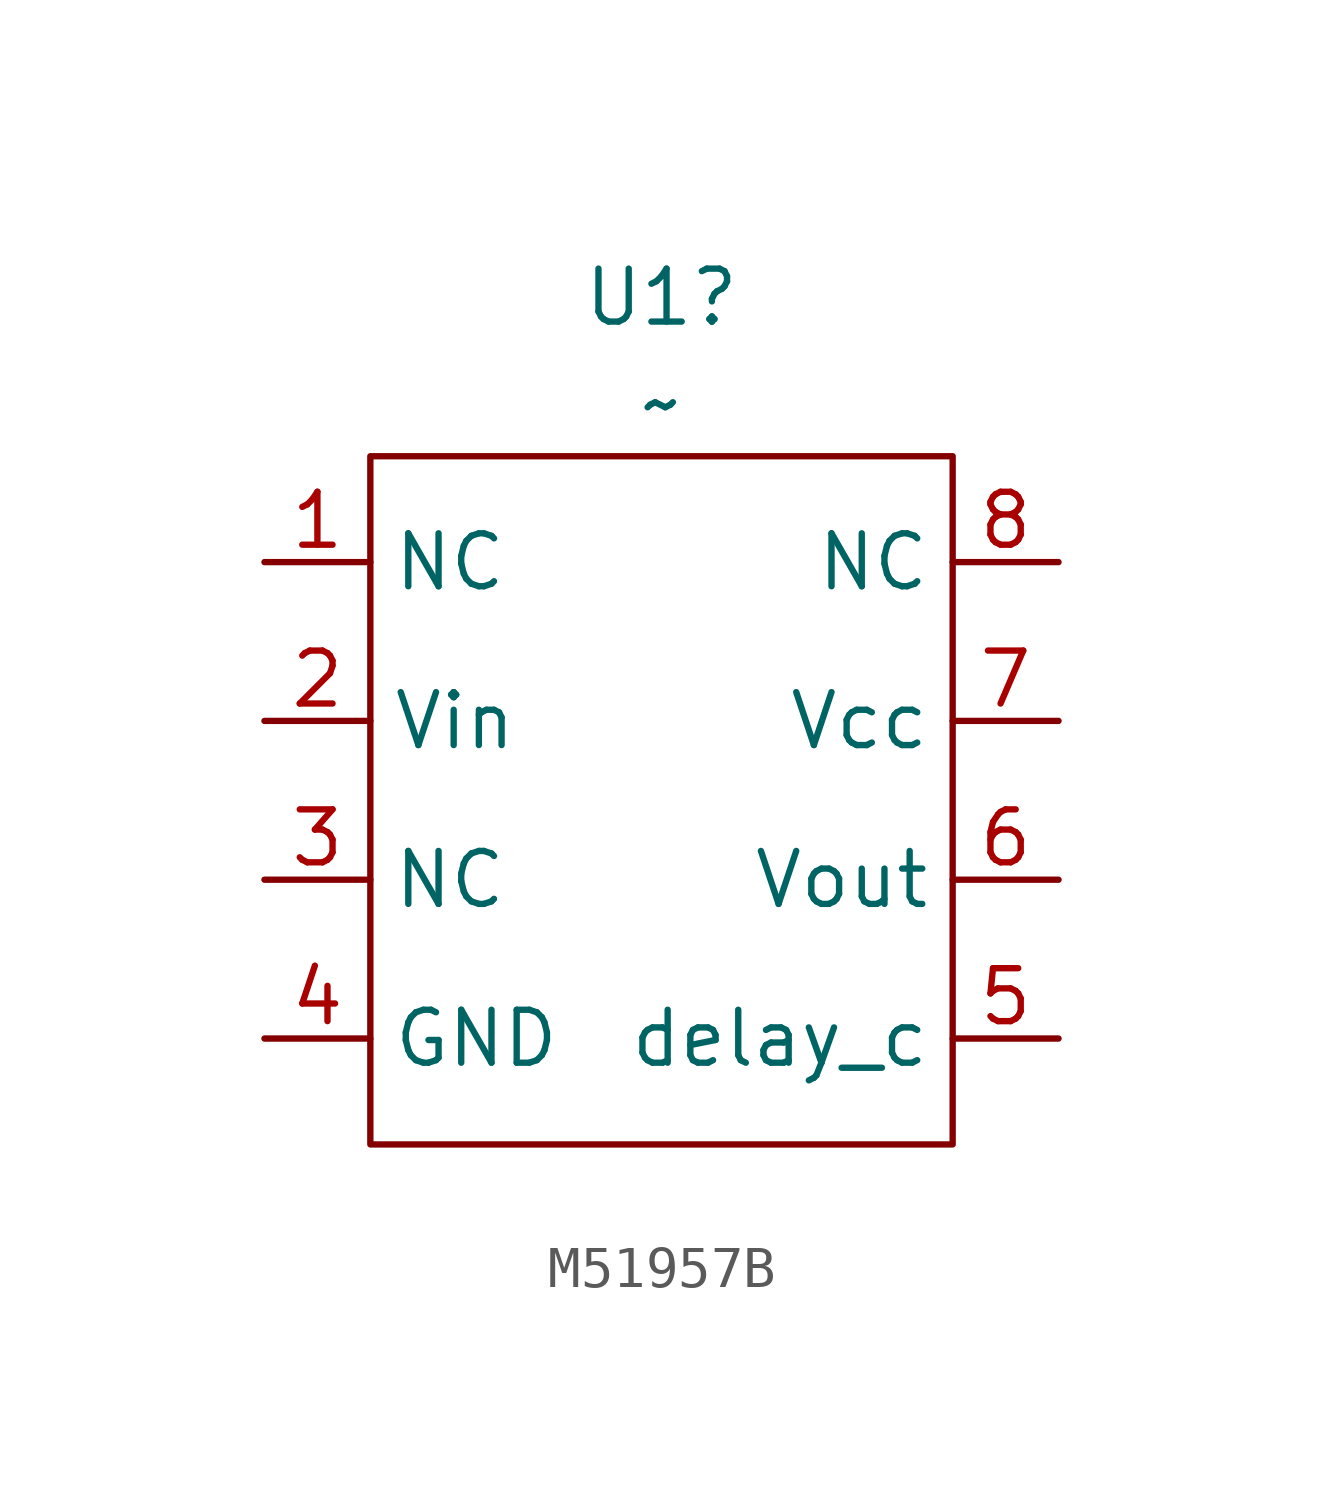
<source format=kicad_sym>
(kicad_symbol_lib
  (version 20231120)
  (generator "kicad_symbol_editor")
  (generator_version "8.0")
  (symbol "M51957B"
    (property "Reference" "U1"
      (at 0.635 2.54 0)
      (effects (font (size 1.27 1.27))))
    (property "Value" "~"
      (at 0.635 0 0)
      (effects (font (size 1.27 1.27))))
    (symbol "M51957B_0_1"
      (rectangle (start -6.35 -1.27) (end 7.62 -17.78) (stroke (width 0) (type default)) (fill (type none))))
    (symbol "M51957B_1_1"
      (pin passive line (at -8.89 -3.81 0) (length 2.54) (name "NC" (effects (font (size 1.27 1.27)))) (number "1" (effects (font (size 1.27 1.27)))))
      (pin passive line (at -8.89 -7.62 0) (length 2.54) (name "Vin" (effects (font (size 1.27 1.27)))) (number "2" (effects (font (size 1.27 1.27)))))
      (pin passive line (at -8.89 -11.43 0) (length 2.54) (name "NC" (effects (font (size 1.27 1.27)))) (number "3" (effects (font (size 1.27 1.27)))))
      (pin passive line (at -8.89 -15.24 0) (length 2.54) (name "GND" (effects (font (size 1.27 1.27)))) (number "4" (effects (font (size 1.27 1.27)))))
      (pin passive line (at 10.16 -15.24 180) (length 2.54) (name "delay_c" (effects (font (size 1.27 1.27)))) (number "5" (effects (font (size 1.27 1.27)))))
      (pin passive line (at 10.16 -11.43 180) (length 2.54) (name "Vout" (effects (font (size 1.27 1.27)))) (number "6" (effects (font (size 1.27 1.27)))))
      (pin passive line (at 10.16 -7.62 180) (length 2.54) (name "Vcc" (effects (font (size 1.27 1.27)))) (number "7" (effects (font (size 1.27 1.27)))))
      (pin passive line (at 10.16 -3.81 180) (length 2.54) (name "NC" (effects (font (size 1.27 1.27)))) (number "8" (effects (font (size 1.27 1.27))))))))
</source>
